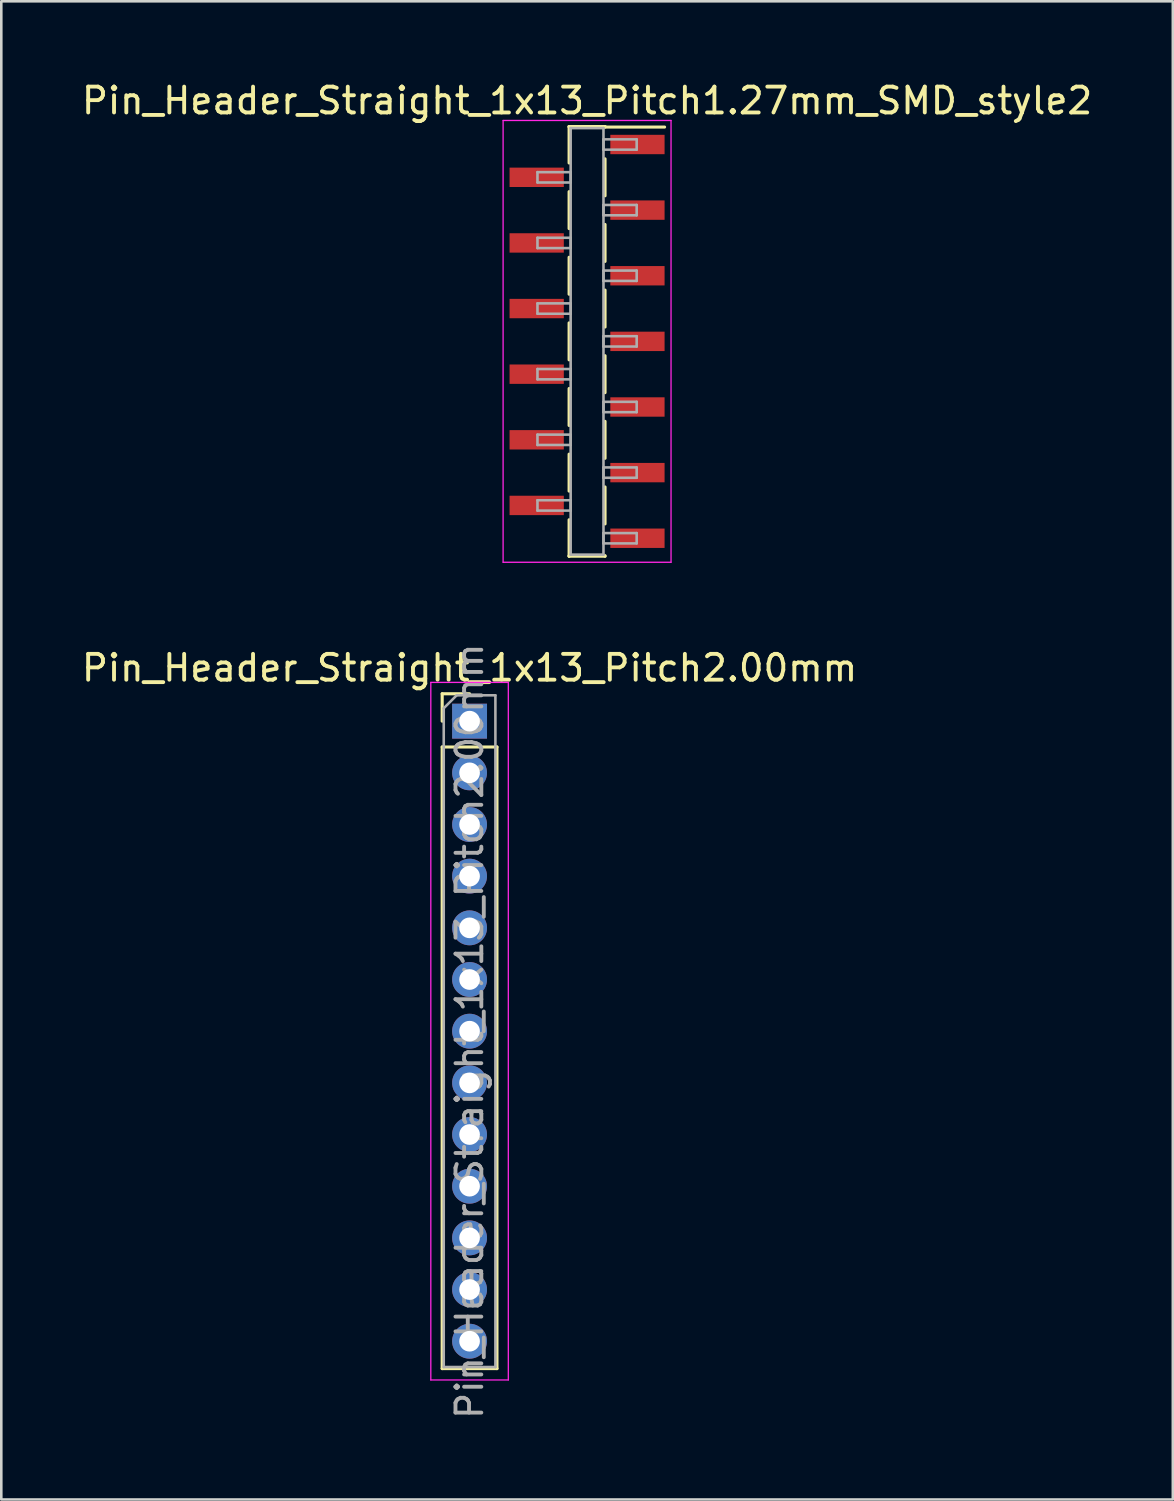
<source format=kicad_pcb>
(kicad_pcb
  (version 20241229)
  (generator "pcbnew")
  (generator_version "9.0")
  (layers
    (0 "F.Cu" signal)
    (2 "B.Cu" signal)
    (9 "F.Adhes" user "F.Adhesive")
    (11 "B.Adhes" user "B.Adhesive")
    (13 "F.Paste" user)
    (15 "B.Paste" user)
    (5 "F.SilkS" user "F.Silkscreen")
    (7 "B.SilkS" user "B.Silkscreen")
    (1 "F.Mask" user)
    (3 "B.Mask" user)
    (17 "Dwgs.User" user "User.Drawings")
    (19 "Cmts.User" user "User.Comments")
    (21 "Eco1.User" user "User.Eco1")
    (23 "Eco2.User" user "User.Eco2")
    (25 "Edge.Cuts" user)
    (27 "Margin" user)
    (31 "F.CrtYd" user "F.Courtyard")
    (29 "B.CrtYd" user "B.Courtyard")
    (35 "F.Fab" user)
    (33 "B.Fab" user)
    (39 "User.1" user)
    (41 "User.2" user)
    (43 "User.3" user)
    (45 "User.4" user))
  (footprint "Pin_Header_Straight_1x13_Pitch2.00mm"
    (layer "F.Cu")
    (at 15.125 24.863)
    (property "Reference" "Pin_Header_Straight_1x13_Pitch2.00mm" (at 0 -2.06 0) (layer "F.SilkS") (effects (font (size 1 1) (thickness 0.15))))
    (attr through_hole)
    (fp_line (start -1.06 -1.06) (end 0 -1.06) (stroke (width 0.12) (type solid)) (layer "F.SilkS"))
    (fp_line (start -1.06 0) (end -1.06 -1.06) (stroke (width 0.12) (type solid)) (layer "F.SilkS"))
    (fp_line (start -1.06 1) (end -1.06 25.06) (stroke (width 0.12) (type solid)) (layer "F.SilkS"))
    (fp_line (start -1.06 25.06) (end 1.06 25.06) (stroke (width 0.12) (type solid)) (layer "F.SilkS"))
    (fp_line (start 1.06 1) (end -1.06 1) (stroke (width 0.12) (type solid)) (layer "F.SilkS"))
    (fp_line (start 1.06 25.06) (end 1.06 1) (stroke (width 0.12) (type solid)) (layer "F.SilkS"))
    (fp_line (start -1.5 -1.5) (end -1.5 25.5) (stroke (width 0.05) (type solid)) (layer "F.CrtYd"))
    (fp_line (start -1.5 25.5) (end 1.5 25.5) (stroke (width 0.05) (type solid)) (layer "F.CrtYd"))
    (fp_line (start 1.5 -1.5) (end -1.5 -1.5) (stroke (width 0.05) (type solid)) (layer "F.CrtYd"))
    (fp_line (start 1.5 25.5) (end 1.5 -1.5) (stroke (width 0.05) (type solid)) (layer "F.CrtYd"))
    (fp_line (start -1 -0.5) (end -0.5 -1) (stroke (width 0.1) (type solid)) (layer "F.Fab"))
    (fp_line (start -1 25) (end -1 -0.5) (stroke (width 0.1) (type solid)) (layer "F.Fab"))
    (fp_line (start -0.5 -1) (end 1 -1) (stroke (width 0.1) (type solid)) (layer "F.Fab"))
    (fp_line (start 1 -1) (end 1 25) (stroke (width 0.1) (type solid)) (layer "F.Fab"))
    (fp_line (start 1 25) (end -1 25) (stroke (width 0.1) (type solid)) (layer "F.Fab"))
    (fp_text user "${REFERENCE}" (at 0 12 90) (layer "F.Fab") (effects (font (size 1 1) (thickness 0.15))))
    (pad "1" thru_hole rect (at 0 0) (size 1.35 1.35) (drill 0.8) (layers "*.Cu" "*.Mask"))
    (pad "2" thru_hole oval (at 0 2) (size 1.35 1.35) (drill 0.8) (layers "*.Cu" "*.Mask"))
    (pad "3" thru_hole oval (at 0 4) (size 1.35 1.35) (drill 0.8) (layers "*.Cu" "*.Mask"))
    (pad "4" thru_hole oval (at 0 6) (size 1.35 1.35) (drill 0.8) (layers "*.Cu" "*.Mask"))
    (pad "5" thru_hole oval (at 0 8) (size 1.35 1.35) (drill 0.8) (layers "*.Cu" "*.Mask"))
    (pad "6" thru_hole oval (at 0 10) (size 1.35 1.35) (drill 0.8) (layers "*.Cu" "*.Mask"))
    (pad "7" thru_hole oval (at 0 12) (size 1.35 1.35) (drill 0.8) (layers "*.Cu" "*.Mask"))
    (pad "8" thru_hole oval (at 0 14) (size 1.35 1.35) (drill 0.8) (layers "*.Cu" "*.Mask"))
    (pad "9" thru_hole oval (at 0 16) (size 1.35 1.35) (drill 0.8) (layers "*.Cu" "*.Mask"))
    (pad "10" thru_hole oval (at 0 18) (size 1.35 1.35) (drill 0.8) (layers "*.Cu" "*.Mask"))
    (pad "11" thru_hole oval (at 0 20) (size 1.35 1.35) (drill 0.8) (layers "*.Cu" "*.Mask"))
    (pad "12" thru_hole oval (at 0 22) (size 1.35 1.35) (drill 0.8) (layers "*.Cu" "*.Mask"))
    (pad "13" thru_hole oval (at 0 24) (size 1.35 1.35) (drill 0.8) (layers "*.Cu" "*.Mask")))
  (footprint "Pin_Header_Straight_1x13_Pitch1.27mm_SMD_style2"
    (layer "F.Cu")
    (at 19.673 10.163)
    (property "Reference" "Pin_Header_Straight_1x13_Pitch1.27mm_SMD_style2" (at 0 -9.315 0) (layer "F.SilkS") (effects (font (size 1 1) (thickness 0.15))))
    (attr smd)
    (fp_line (start -0.695 -8.315) (end -0.695 -6.905) (stroke (width 0.12) (type solid)) (layer "F.SilkS"))
    (fp_line (start -0.695 -8.315) (end 0.695 -8.315) (stroke (width 0.12) (type solid)) (layer "F.SilkS"))
    (fp_line (start -0.695 -8.295) (end -0.695 -8.315) (stroke (width 0.12) (type solid)) (layer "F.SilkS"))
    (fp_line (start -0.695 -5.795) (end -0.695 -4.365) (stroke (width 0.12) (type solid)) (layer "F.SilkS"))
    (fp_line (start -0.695 -3.255) (end -0.695 -1.825) (stroke (width 0.12) (type solid)) (layer "F.SilkS"))
    (fp_line (start -0.695 -0.715) (end -0.695 0.715) (stroke (width 0.12) (type solid)) (layer "F.SilkS"))
    (fp_line (start -0.695 1.825) (end -0.695 3.255) (stroke (width 0.12) (type solid)) (layer "F.SilkS"))
    (fp_line (start -0.695 4.365) (end -0.695 5.795) (stroke (width 0.12) (type solid)) (layer "F.SilkS"))
    (fp_line (start -0.695 6.905) (end -0.695 8.315) (stroke (width 0.12) (type solid)) (layer "F.SilkS"))
    (fp_line (start -0.695 8.295) (end -0.695 8.315) (stroke (width 0.12) (type solid)) (layer "F.SilkS"))
    (fp_line (start -0.695 8.315) (end 0.695 8.315) (stroke (width 0.12) (type solid)) (layer "F.SilkS"))
    (fp_line (start 0.695 -8.315) (end 0.695 -8.295) (stroke (width 0.12) (type solid)) (layer "F.SilkS"))
    (fp_line (start 0.695 -8.295) (end 3 -8.295) (stroke (width 0.12) (type solid)) (layer "F.SilkS"))
    (fp_line (start 0.695 -7.065) (end 0.695 -5.635) (stroke (width 0.12) (type solid)) (layer "F.SilkS"))
    (fp_line (start 0.695 -4.525) (end 0.695 -3.095) (stroke (width 0.12) (type solid)) (layer "F.SilkS"))
    (fp_line (start 0.695 -1.985) (end 0.695 -0.555) (stroke (width 0.12) (type solid)) (layer "F.SilkS"))
    (fp_line (start 0.695 0.555) (end 0.695 1.985) (stroke (width 0.12) (type solid)) (layer "F.SilkS"))
    (fp_line (start 0.695 3.095) (end 0.695 4.525) (stroke (width 0.12) (type solid)) (layer "F.SilkS"))
    (fp_line (start 0.695 5.635) (end 0.695 7.065) (stroke (width 0.12) (type solid)) (layer "F.SilkS"))
    (fp_line (start 0.695 8.315) (end 0.695 8.295) (stroke (width 0.12) (type solid)) (layer "F.SilkS"))
    (fp_line (start -3.25 -8.55) (end -3.25 8.55) (stroke (width 0.05) (type solid)) (layer "F.CrtYd"))
    (fp_line (start -3.25 8.55) (end 3.25 8.55) (stroke (width 0.05) (type solid)) (layer "F.CrtYd"))
    (fp_line (start 3.25 -8.55) (end -3.25 -8.55) (stroke (width 0.05) (type solid)) (layer "F.CrtYd"))
    (fp_line (start 3.25 8.55) (end 3.25 -8.55) (stroke (width 0.05) (type solid)) (layer "F.CrtYd"))
    (fp_line (start -1.92 -6.55) (end -0.635 -6.55) (stroke (width 0.1) (type solid)) (layer "F.Fab"))
    (fp_line (start -1.92 -6.15) (end -1.92 -6.55) (stroke (width 0.1) (type solid)) (layer "F.Fab"))
    (fp_line (start -1.92 -4.01) (end -0.635 -4.01) (stroke (width 0.1) (type solid)) (layer "F.Fab"))
    (fp_line (start -1.92 -3.61) (end -1.92 -4.01) (stroke (width 0.1) (type solid)) (layer "F.Fab"))
    (fp_line (start -1.92 -1.47) (end -0.635 -1.47) (stroke (width 0.1) (type solid)) (layer "F.Fab"))
    (fp_line (start -1.92 -1.07) (end -1.92 -1.47) (stroke (width 0.1) (type solid)) (layer "F.Fab"))
    (fp_line (start -1.92 1.07) (end -0.635 1.07) (stroke (width 0.1) (type solid)) (layer "F.Fab"))
    (fp_line (start -1.92 1.47) (end -1.92 1.07) (stroke (width 0.1) (type solid)) (layer "F.Fab"))
    (fp_line (start -1.92 3.61) (end -0.635 3.61) (stroke (width 0.1) (type solid)) (layer "F.Fab"))
    (fp_line (start -1.92 4.01) (end -1.92 3.61) (stroke (width 0.1) (type solid)) (layer "F.Fab"))
    (fp_line (start -1.92 6.15) (end -0.635 6.15) (stroke (width 0.1) (type solid)) (layer "F.Fab"))
    (fp_line (start -1.92 6.55) (end -1.92 6.15) (stroke (width 0.1) (type solid)) (layer "F.Fab"))
    (fp_line (start -0.635 -8.255) (end -0.635 8.255) (stroke (width 0.1) (type solid)) (layer "F.Fab"))
    (fp_line (start -0.635 -6.55) (end -0.635 -6.15) (stroke (width 0.1) (type solid)) (layer "F.Fab"))
    (fp_line (start -0.635 -6.15) (end -1.92 -6.15) (stroke (width 0.1) (type solid)) (layer "F.Fab"))
    (fp_line (start -0.635 -4.01) (end -0.635 -3.61) (stroke (width 0.1) (type solid)) (layer "F.Fab"))
    (fp_line (start -0.635 -3.61) (end -1.92 -3.61) (stroke (width 0.1) (type solid)) (layer "F.Fab"))
    (fp_line (start -0.635 -1.47) (end -0.635 -1.07) (stroke (width 0.1) (type solid)) (layer "F.Fab"))
    (fp_line (start -0.635 -1.07) (end -1.92 -1.07) (stroke (width 0.1) (type solid)) (layer "F.Fab"))
    (fp_line (start -0.635 1.07) (end -0.635 1.47) (stroke (width 0.1) (type solid)) (layer "F.Fab"))
    (fp_line (start -0.635 1.47) (end -1.92 1.47) (stroke (width 0.1) (type solid)) (layer "F.Fab"))
    (fp_line (start -0.635 3.61) (end -0.635 4.01) (stroke (width 0.1) (type solid)) (layer "F.Fab"))
    (fp_line (start -0.635 4.01) (end -1.92 4.01) (stroke (width 0.1) (type solid)) (layer "F.Fab"))
    (fp_line (start -0.635 6.15) (end -0.635 6.55) (stroke (width 0.1) (type solid)) (layer "F.Fab"))
    (fp_line (start -0.635 6.55) (end -1.92 6.55) (stroke (width 0.1) (type solid)) (layer "F.Fab"))
    (fp_line (start -0.635 8.255) (end 0.635 8.255) (stroke (width 0.1) (type solid)) (layer "F.Fab"))
    (fp_line (start 0.635 -8.255) (end -0.635 -8.255) (stroke (width 0.1) (type solid)) (layer "F.Fab"))
    (fp_line (start 0.635 -7.82) (end 0.635 -7.42) (stroke (width 0.1) (type solid)) (layer "F.Fab"))
    (fp_line (start 0.635 -7.42) (end 1.92 -7.42) (stroke (width 0.1) (type solid)) (layer "F.Fab"))
    (fp_line (start 0.635 -5.28) (end 0.635 -4.88) (stroke (width 0.1) (type solid)) (layer "F.Fab"))
    (fp_line (start 0.635 -4.88) (end 1.92 -4.88) (stroke (width 0.1) (type solid)) (layer "F.Fab"))
    (fp_line (start 0.635 -2.74) (end 0.635 -2.34) (stroke (width 0.1) (type solid)) (layer "F.Fab"))
    (fp_line (start 0.635 -2.34) (end 1.92 -2.34) (stroke (width 0.1) (type solid)) (layer "F.Fab"))
    (fp_line (start 0.635 -0.2) (end 0.635 0.2) (stroke (width 0.1) (type solid)) (layer "F.Fab"))
    (fp_line (start 0.635 0.2) (end 1.92 0.2) (stroke (width 0.1) (type solid)) (layer "F.Fab"))
    (fp_line (start 0.635 2.34) (end 0.635 2.74) (stroke (width 0.1) (type solid)) (layer "F.Fab"))
    (fp_line (start 0.635 2.74) (end 1.92 2.74) (stroke (width 0.1) (type solid)) (layer "F.Fab"))
    (fp_line (start 0.635 4.88) (end 0.635 5.28) (stroke (width 0.1) (type solid)) (layer "F.Fab"))
    (fp_line (start 0.635 5.28) (end 1.92 5.28) (stroke (width 0.1) (type solid)) (layer "F.Fab"))
    (fp_line (start 0.635 7.42) (end 0.635 7.82) (stroke (width 0.1) (type solid)) (layer "F.Fab"))
    (fp_line (start 0.635 7.82) (end 1.92 7.82) (stroke (width 0.1) (type solid)) (layer "F.Fab"))
    (fp_line (start 0.635 8.255) (end 0.635 -8.255) (stroke (width 0.1) (type solid)) (layer "F.Fab"))
    (fp_line (start 1.92 -7.82) (end 0.635 -7.82) (stroke (width 0.1) (type solid)) (layer "F.Fab"))
    (fp_line (start 1.92 -7.42) (end 1.92 -7.82) (stroke (width 0.1) (type solid)) (layer "F.Fab"))
    (fp_line (start 1.92 -5.28) (end 0.635 -5.28) (stroke (width 0.1) (type solid)) (layer "F.Fab"))
    (fp_line (start 1.92 -4.88) (end 1.92 -5.28) (stroke (width 0.1) (type solid)) (layer "F.Fab"))
    (fp_line (start 1.92 -2.74) (end 0.635 -2.74) (stroke (width 0.1) (type solid)) (layer "F.Fab"))
    (fp_line (start 1.92 -2.34) (end 1.92 -2.74) (stroke (width 0.1) (type solid)) (layer "F.Fab"))
    (fp_line (start 1.92 -0.2) (end 0.635 -0.2) (stroke (width 0.1) (type solid)) (layer "F.Fab"))
    (fp_line (start 1.92 0.2) (end 1.92 -0.2) (stroke (width 0.1) (type solid)) (layer "F.Fab"))
    (fp_line (start 1.92 2.34) (end 0.635 2.34) (stroke (width 0.1) (type solid)) (layer "F.Fab"))
    (fp_line (start 1.92 2.74) (end 1.92 2.34) (stroke (width 0.1) (type solid)) (layer "F.Fab"))
    (fp_line (start 1.92 4.88) (end 0.635 4.88) (stroke (width 0.1) (type solid)) (layer "F.Fab"))
    (fp_line (start 1.92 5.28) (end 1.92 4.88) (stroke (width 0.1) (type solid)) (layer "F.Fab"))
    (fp_line (start 1.92 7.42) (end 0.635 7.42) (stroke (width 0.1) (type solid)) (layer "F.Fab"))
    (fp_line (start 1.92 7.82) (end 1.92 7.42) (stroke (width 0.1) (type solid)) (layer "F.Fab"))
    (pad "1" smd rect (at 1.95 -7.62) (size 2.1 0.75) (layers "F.Cu" "F.Mask"))
    (pad "2" smd rect (at -1.95 -6.35) (size 2.1 0.75) (layers "F.Cu" "F.Mask"))
    (pad "3" smd rect (at 1.95 -5.08) (size 2.1 0.75) (layers "F.Cu" "F.Mask"))
    (pad "4" smd rect (at -1.95 -3.81) (size 2.1 0.75) (layers "F.Cu" "F.Mask"))
    (pad "5" smd rect (at 1.95 -2.54) (size 2.1 0.75) (layers "F.Cu" "F.Mask"))
    (pad "6" smd rect (at -1.95 -1.27) (size 2.1 0.75) (layers "F.Cu" "F.Mask"))
    (pad "7" smd rect (at 1.95 0) (size 2.1 0.75) (layers "F.Cu" "F.Mask"))
    (pad "8" smd rect (at -1.95 1.27) (size 2.1 0.75) (layers "F.Cu" "F.Mask"))
    (pad "9" smd rect (at 1.95 2.54) (size 2.1 0.75) (layers "F.Cu" "F.Mask"))
    (pad "10" smd rect (at -1.95 3.81) (size 2.1 0.75) (layers "F.Cu" "F.Mask"))
    (pad "11" smd rect (at 1.95 5.08) (size 2.1 0.75) (layers "F.Cu" "F.Mask"))
    (pad "12" smd rect (at -1.95 6.35) (size 2.1 0.75) (layers "F.Cu" "F.Mask"))
    (pad "13" smd rect (at 1.95 7.62) (size 2.1 0.75) (layers "F.Cu" "F.Mask")))
  (gr_rect
    (start -3 -3)
    (end 42.345 54.988)
    (stroke (width 0.1) (type default))
    (fill no)
    (layer "Edge.Cuts")))
</source>
